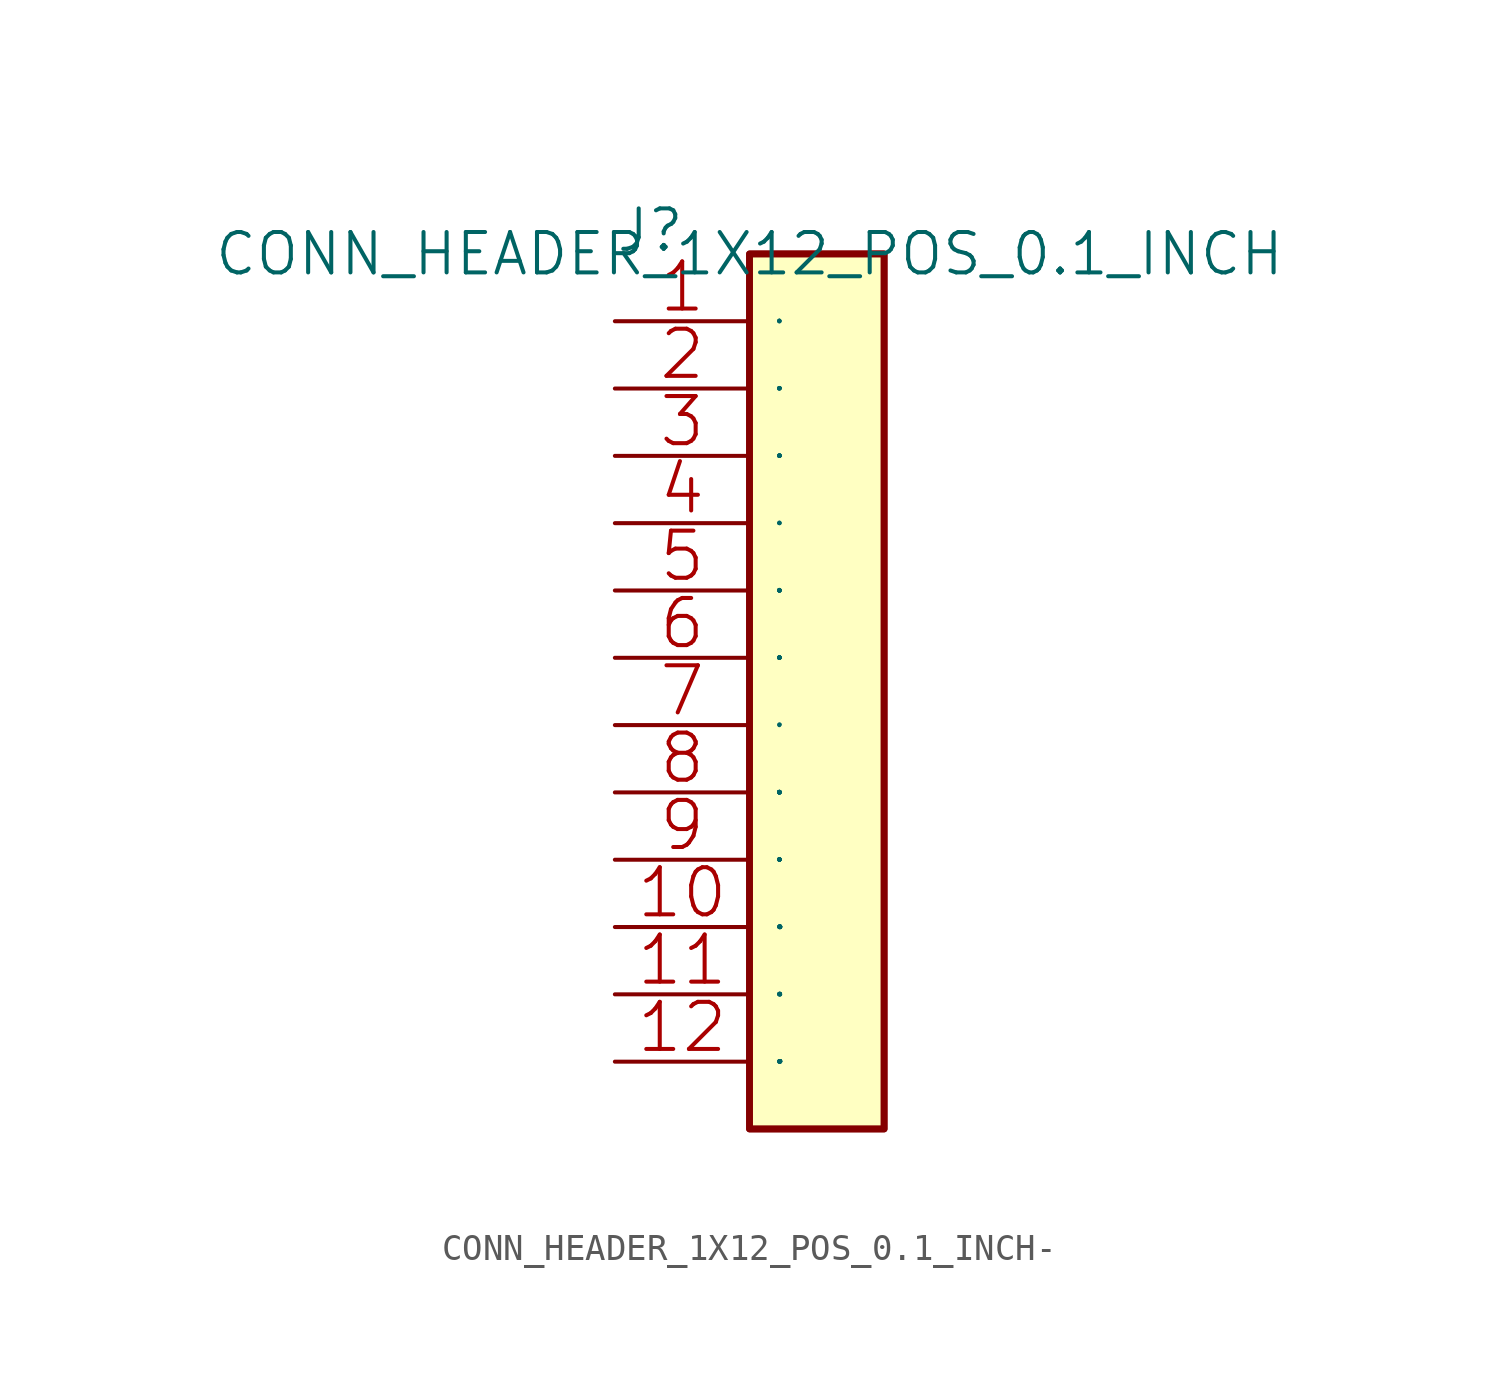
<source format=kicad_sym>
(kicad_symbol_lib
  (version 20220914)
  (generator kicad_symbol_editor)
  (symbol "CONN_HEADER_1X12_POS_0.1_INCH-"
    (pin_names
      (offset 1.016))
    (property "Reference" "J"
      (at -5.08 0 0)
      (effects (font (size 1.524 1.524)) (justify left bottom)))
    (property "Value" "CONN_HEADER_1X12_POS_0.1_INCH"
      (at 0 0 0)
      (effects (font (size 1.524 1.524))))
    (property "Footprint" ""
      (at 0 0 0)
      (effects (font (size 1.524 1.524))))
    (property "Datasheet" ""
      (at 0 0 0)
      (effects (font (size 1.524 1.524))))
    (symbol "CONN_HEADER_1X12_POS_0.1_INCH-_0_1"
      (rectangle (start 0 -33.02) (end 5.08 0) (stroke (width 0.254) (type solid)) (fill (type background)))
      (rectangle (start 5.08 -33.02) (end 0 0) (stroke (width 0.254) (type solid)) (fill (type background)))
      (pin passive line (at -5.08 -2.54 0) (length 5.08) (name "1" (effects (font (size 0.025 0.025)))) (number "1" (effects (font (size 1.778 1.778)))))
      (pin passive line (at -5.08 -25.4 0) (length 5.08) (name "10" (effects (font (size 0.025 0.025)))) (number "10" (effects (font (size 1.778 1.778)))))
      (pin passive line (at -5.08 -27.94 0) (length 5.08) (name "11" (effects (font (size 0.025 0.025)))) (number "11" (effects (font (size 1.778 1.778)))))
      (pin passive line (at -5.08 -30.48 0) (length 5.08) (name "12" (effects (font (size 0.025 0.025)))) (number "12" (effects (font (size 1.778 1.778)))))
      (pin passive line (at -5.08 -5.08 0) (length 5.08) (name "2" (effects (font (size 0.025 0.025)))) (number "2" (effects (font (size 1.778 1.778)))))
      (pin passive line (at -5.08 -7.62 0) (length 5.08) (name "3" (effects (font (size 0.025 0.025)))) (number "3" (effects (font (size 1.778 1.778)))))
      (pin passive line (at -5.08 -10.16 0) (length 5.08) (name "4" (effects (font (size 0.025 0.025)))) (number "4" (effects (font (size 1.778 1.778)))))
      (pin passive line (at -5.08 -12.7 0) (length 5.08) (name "5" (effects (font (size 0.025 0.025)))) (number "5" (effects (font (size 1.778 1.778)))))
      (pin passive line (at -5.08 -15.24 0) (length 5.08) (name "6" (effects (font (size 0.025 0.025)))) (number "6" (effects (font (size 1.778 1.778)))))
      (pin passive line (at -5.08 -17.78 0) (length 5.08) (name "7" (effects (font (size 0.025 0.025)))) (number "7" (effects (font (size 1.778 1.778)))))
      (pin passive line (at -5.08 -20.32 0) (length 5.08) (name "8" (effects (font (size 0.025 0.025)))) (number "8" (effects (font (size 1.778 1.778)))))
      (pin passive line (at -5.08 -22.86 0) (length 5.08) (name "9" (effects (font (size 0.025 0.025)))) (number "9" (effects (font (size 1.778 1.778))))))))
</source>
